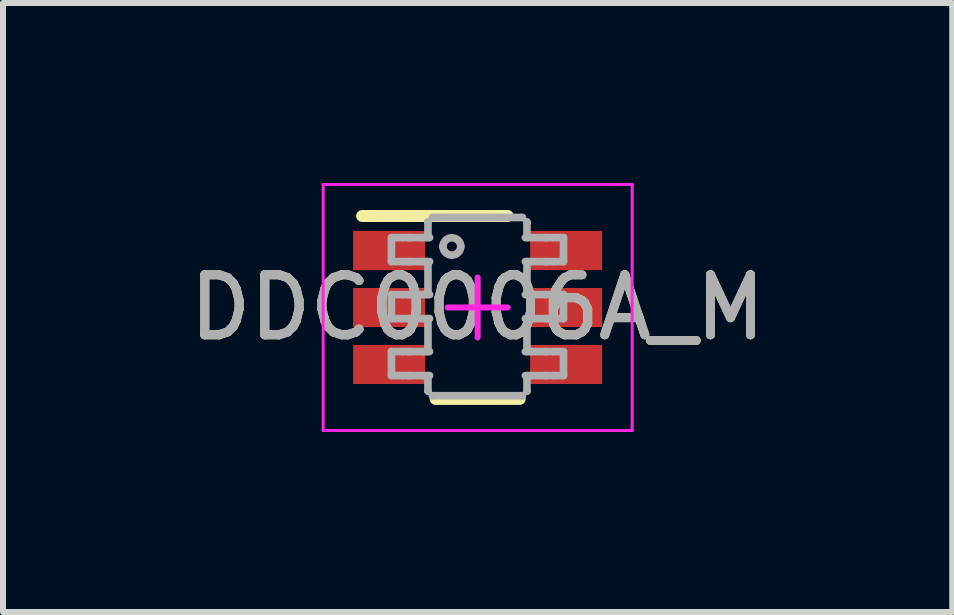
<source format=kicad_pcb>
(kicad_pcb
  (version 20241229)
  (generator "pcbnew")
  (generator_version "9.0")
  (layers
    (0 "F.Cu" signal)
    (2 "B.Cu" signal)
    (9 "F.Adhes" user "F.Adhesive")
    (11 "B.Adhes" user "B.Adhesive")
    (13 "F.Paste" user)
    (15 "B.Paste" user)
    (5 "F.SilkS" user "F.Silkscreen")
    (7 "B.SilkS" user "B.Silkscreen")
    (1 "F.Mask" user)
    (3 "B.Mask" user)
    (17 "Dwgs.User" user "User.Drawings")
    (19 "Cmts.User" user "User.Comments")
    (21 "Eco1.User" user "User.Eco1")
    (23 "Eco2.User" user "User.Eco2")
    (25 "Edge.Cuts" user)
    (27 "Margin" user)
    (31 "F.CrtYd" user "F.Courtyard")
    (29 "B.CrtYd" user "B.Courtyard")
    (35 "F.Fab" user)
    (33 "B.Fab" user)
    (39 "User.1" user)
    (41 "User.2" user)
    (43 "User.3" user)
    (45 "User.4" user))
  (footprint "DDC0006A_M"
    (layer "F.Cu")
    (at 4.911 2.075)
    (property "Reference" "DDC0006A_M" (at 0 0 0) (unlocked yes) (layer "F.SilkS") (effects (font (size 1 1) (thickness 0.15))))
    (attr smd)
    (fp_line (start -1.925 -1.525) (end 0.5 -1.525) (stroke (width 0.2) (type solid)) (layer "F.SilkS"))
    (fp_line (start -0.7 1.524) (end 0.7 1.524) (stroke (width 0.2) (type solid)) (layer "F.SilkS"))
    (fp_line (start -2.575 -2.05) (end 2.575 -2.05) (stroke (width 0.05) (type solid)) (layer "F.CrtYd"))
    (fp_line (start -2.575 2.05) (end -2.575 -2.05) (stroke (width 0.05) (type solid)) (layer "F.CrtYd"))
    (fp_line (start -2.575 2.05) (end 2.575 2.05) (stroke (width 0.05) (type solid)) (layer "F.CrtYd"))
    (fp_line (start -0.5 0) (end 0.5 0) (stroke (width 0.1) (type solid)) (layer "F.CrtYd"))
    (fp_line (start 0 0.5) (end 0 -0.5) (stroke (width 0.1) (type solid)) (layer "F.CrtYd"))
    (fp_line (start 2.575 2.05) (end 2.575 -2.05) (stroke (width 0.05) (type solid)) (layer "F.CrtYd"))
    (fp_line (start -1.437 -1.165) (end -1.251 -1.165) (stroke (width 0.127) (type solid)) (layer "F.Fab"))
    (fp_line (start -1.437 -0.765) (end -1.437 -1.165) (stroke (width 0.127) (type solid)) (layer "F.Fab"))
    (fp_line (start -1.437 -0.765) (end -1.251 -0.765) (stroke (width 0.127) (type solid)) (layer "F.Fab"))
    (fp_line (start -1.437 -0.215) (end -1.251 -0.215) (stroke (width 0.127) (type solid)) (layer "F.Fab"))
    (fp_line (start -1.437 0.185) (end -1.437 -0.215) (stroke (width 0.127) (type solid)) (layer "F.Fab"))
    (fp_line (start -1.437 0.185) (end -1.251 0.185) (stroke (width 0.127) (type solid)) (layer "F.Fab"))
    (fp_line (start -1.437 0.735) (end -1.251 0.735) (stroke (width 0.127) (type solid)) (layer "F.Fab"))
    (fp_line (start -1.437 1.135) (end -1.437 0.735) (stroke (width 0.127) (type solid)) (layer "F.Fab"))
    (fp_line (start -1.437 1.135) (end -1.251 1.135) (stroke (width 0.127) (type solid)) (layer "F.Fab"))
    (fp_line (start -1.251 -1.165) (end -1.159 -1.165) (stroke (width 0.127) (type solid)) (layer "F.Fab"))
    (fp_line (start -1.251 -0.765) (end -1.159 -0.765) (stroke (width 0.127) (type solid)) (layer "F.Fab"))
    (fp_line (start -1.251 -0.215) (end -1.159 -0.215) (stroke (width 0.127) (type solid)) (layer "F.Fab"))
    (fp_line (start -1.251 0.185) (end -1.159 0.185) (stroke (width 0.127) (type solid)) (layer "F.Fab"))
    (fp_line (start -1.251 0.735) (end -1.159 0.735) (stroke (width 0.127) (type solid)) (layer "F.Fab"))
    (fp_line (start -1.251 1.135) (end -1.159 1.135) (stroke (width 0.127) (type solid)) (layer "F.Fab"))
    (fp_line (start -1.159 -1.165) (end -1.128 -1.165) (stroke (width 0.127) (type solid)) (layer "F.Fab"))
    (fp_line (start -1.159 -0.765) (end -1.128 -0.765) (stroke (width 0.127) (type solid)) (layer "F.Fab"))
    (fp_line (start -1.159 -0.215) (end -1.128 -0.215) (stroke (width 0.127) (type solid)) (layer "F.Fab"))
    (fp_line (start -1.159 0.185) (end -1.128 0.185) (stroke (width 0.127) (type solid)) (layer "F.Fab"))
    (fp_line (start -1.159 0.735) (end -1.128 0.735) (stroke (width 0.127) (type solid)) (layer "F.Fab"))
    (fp_line (start -1.159 1.135) (end -1.128 1.135) (stroke (width 0.127) (type solid)) (layer "F.Fab"))
    (fp_line (start -1.128 -1.165) (end -0.903 -1.165) (stroke (width 0.127) (type solid)) (layer "F.Fab"))
    (fp_line (start -1.128 -0.765) (end -0.903 -0.765) (stroke (width 0.127) (type solid)) (layer "F.Fab"))
    (fp_line (start -1.128 -0.215) (end -0.903 -0.215) (stroke (width 0.127) (type solid)) (layer "F.Fab"))
    (fp_line (start -1.128 0.185) (end -0.903 0.185) (stroke (width 0.127) (type solid)) (layer "F.Fab"))
    (fp_line (start -1.128 0.735) (end -0.903 0.735) (stroke (width 0.127) (type solid)) (layer "F.Fab"))
    (fp_line (start -1.128 1.135) (end -0.903 1.135) (stroke (width 0.127) (type solid)) (layer "F.Fab"))
    (fp_line (start -0.903 -1.165) (end -0.801 -1.165) (stroke (width 0.127) (type solid)) (layer "F.Fab"))
    (fp_line (start -0.903 -0.765) (end -0.801 -0.765) (stroke (width 0.127) (type solid)) (layer "F.Fab"))
    (fp_line (start -0.903 -0.215) (end -0.801 -0.215) (stroke (width 0.127) (type solid)) (layer "F.Fab"))
    (fp_line (start -0.903 0.185) (end -0.801 0.185) (stroke (width 0.127) (type solid)) (layer "F.Fab"))
    (fp_line (start -0.903 0.735) (end -0.801 0.735) (stroke (width 0.127) (type solid)) (layer "F.Fab"))
    (fp_line (start -0.903 1.135) (end -0.801 1.135) (stroke (width 0.127) (type solid)) (layer "F.Fab"))
    (fp_line (start -0.828 -1.422) (end -0.828 -1.426) (stroke (width 0.127) (type solid)) (layer "F.Fab"))
    (fp_line (start -0.828 -1.165) (end -0.828 -1.422) (stroke (width 0.127) (type solid)) (layer "F.Fab"))
    (fp_line (start -0.828 -0.215) (end -0.828 -0.765) (stroke (width 0.127) (type solid)) (layer "F.Fab"))
    (fp_line (start -0.828 0.735) (end -0.828 0.185) (stroke (width 0.127) (type solid)) (layer "F.Fab"))
    (fp_line (start -0.828 1.392) (end -0.828 1.135) (stroke (width 0.127) (type solid)) (layer "F.Fab"))
    (fp_line (start -0.828 1.395) (end -0.828 1.392) (stroke (width 0.127) (type solid)) (layer "F.Fab"))
    (fp_line (start -0.754 -1.5) (end -0.75 -1.5) (stroke (width 0.127) (type solid)) (layer "F.Fab"))
    (fp_line (start -0.754 1.47) (end -0.75 1.47) (stroke (width 0.127) (type solid)) (layer "F.Fab"))
    (fp_line (start -0.75 -1.5) (end 0.743 -1.5) (stroke (width 0.127) (type solid)) (layer "F.Fab"))
    (fp_line (start -0.75 1.47) (end 0.743 1.47) (stroke (width 0.127) (type solid)) (layer "F.Fab"))
    (fp_line (start 0.743 -1.5) (end 0.747 -1.5) (stroke (width 0.127) (type solid)) (layer "F.Fab"))
    (fp_line (start 0.743 1.47) (end 0.747 1.47) (stroke (width 0.127) (type solid)) (layer "F.Fab"))
    (fp_line (start 0.795 -1.165) (end 0.896 -1.165) (stroke (width 0.127) (type solid)) (layer "F.Fab"))
    (fp_line (start 0.795 -0.765) (end 0.896 -0.765) (stroke (width 0.127) (type solid)) (layer "F.Fab"))
    (fp_line (start 0.795 -0.215) (end 0.896 -0.215) (stroke (width 0.127) (type solid)) (layer "F.Fab"))
    (fp_line (start 0.795 0.185) (end 0.896 0.185) (stroke (width 0.127) (type solid)) (layer "F.Fab"))
    (fp_line (start 0.795 0.735) (end 0.896 0.735) (stroke (width 0.127) (type solid)) (layer "F.Fab"))
    (fp_line (start 0.795 1.135) (end 0.896 1.135) (stroke (width 0.127) (type solid)) (layer "F.Fab"))
    (fp_line (start 0.822 -1.422) (end 0.822 -1.426) (stroke (width 0.127) (type solid)) (layer "F.Fab"))
    (fp_line (start 0.822 -1.165) (end 0.822 -1.422) (stroke (width 0.127) (type solid)) (layer "F.Fab"))
    (fp_line (start 0.822 -0.215) (end 0.822 -0.765) (stroke (width 0.127) (type solid)) (layer "F.Fab"))
    (fp_line (start 0.822 0.735) (end 0.822 0.185) (stroke (width 0.127) (type solid)) (layer "F.Fab"))
    (fp_line (start 0.822 1.392) (end 0.822 1.135) (stroke (width 0.127) (type solid)) (layer "F.Fab"))
    (fp_line (start 0.822 1.395) (end 0.822 1.392) (stroke (width 0.127) (type solid)) (layer "F.Fab"))
    (fp_line (start 0.896 -1.165) (end 1.122 -1.165) (stroke (width 0.127) (type solid)) (layer "F.Fab"))
    (fp_line (start 0.896 -0.765) (end 1.122 -0.765) (stroke (width 0.127) (type solid)) (layer "F.Fab"))
    (fp_line (start 0.896 -0.215) (end 1.122 -0.215) (stroke (width 0.127) (type solid)) (layer "F.Fab"))
    (fp_line (start 0.896 0.185) (end 1.122 0.185) (stroke (width 0.127) (type solid)) (layer "F.Fab"))
    (fp_line (start 0.896 0.735) (end 1.122 0.735) (stroke (width 0.127) (type solid)) (layer "F.Fab"))
    (fp_line (start 0.896 1.135) (end 1.122 1.135) (stroke (width 0.127) (type solid)) (layer "F.Fab"))
    (fp_line (start 1.122 -1.165) (end 1.152 -1.165) (stroke (width 0.127) (type solid)) (layer "F.Fab"))
    (fp_line (start 1.122 -0.765) (end 1.152 -0.765) (stroke (width 0.127) (type solid)) (layer "F.Fab"))
    (fp_line (start 1.122 -0.215) (end 1.152 -0.215) (stroke (width 0.127) (type solid)) (layer "F.Fab"))
    (fp_line (start 1.122 0.185) (end 1.152 0.185) (stroke (width 0.127) (type solid)) (layer "F.Fab"))
    (fp_line (start 1.122 0.735) (end 1.152 0.735) (stroke (width 0.127) (type solid)) (layer "F.Fab"))
    (fp_line (start 1.122 1.135) (end 1.152 1.135) (stroke (width 0.127) (type solid)) (layer "F.Fab"))
    (fp_line (start 1.152 -1.165) (end 1.245 -1.165) (stroke (width 0.127) (type solid)) (layer "F.Fab"))
    (fp_line (start 1.152 -0.765) (end 1.245 -0.765) (stroke (width 0.127) (type solid)) (layer "F.Fab"))
    (fp_line (start 1.152 -0.215) (end 1.245 -0.215) (stroke (width 0.127) (type solid)) (layer "F.Fab"))
    (fp_line (start 1.152 0.185) (end 1.245 0.185) (stroke (width 0.127) (type solid)) (layer "F.Fab"))
    (fp_line (start 1.152 0.735) (end 1.245 0.735) (stroke (width 0.127) (type solid)) (layer "F.Fab"))
    (fp_line (start 1.152 1.135) (end 1.245 1.135) (stroke (width 0.127) (type solid)) (layer "F.Fab"))
    (fp_line (start 1.245 -1.165) (end 1.431 -1.165) (stroke (width 0.127) (type solid)) (layer "F.Fab"))
    (fp_line (start 1.245 -0.765) (end 1.431 -0.765) (stroke (width 0.127) (type solid)) (layer "F.Fab"))
    (fp_line (start 1.245 -0.215) (end 1.431 -0.215) (stroke (width 0.127) (type solid)) (layer "F.Fab"))
    (fp_line (start 1.245 0.185) (end 1.431 0.185) (stroke (width 0.127) (type solid)) (layer "F.Fab"))
    (fp_line (start 1.245 0.735) (end 1.431 0.735) (stroke (width 0.127) (type solid)) (layer "F.Fab"))
    (fp_line (start 1.245 1.135) (end 1.431 1.135) (stroke (width 0.127) (type solid)) (layer "F.Fab"))
    (fp_line (start 1.431 -0.765) (end 1.431 -1.165) (stroke (width 0.127) (type solid)) (layer "F.Fab"))
    (fp_line (start 1.431 0.185) (end 1.431 -0.215) (stroke (width 0.127) (type solid)) (layer "F.Fab"))
    (fp_line (start 1.431 1.135) (end 1.431 0.735) (stroke (width 0.127) (type solid)) (layer "F.Fab"))
    (fp_arc (start -0.578322 -1.017679) (mid -0.429542 -1.166459) (end -0.280761 -1.017679) (stroke (width 0.127) (type solid)) (layer "F.Fab"))
    (fp_arc (start -0.280761 -1.017679) (mid -0.429542 -0.868898) (end -0.578322 -1.017679) (stroke (width 0.127) (type solid)) (layer "F.Fab"))
    (fp_text user "${REFERENCE}" (at 0 0 0) (unlocked yes) (layer "F.Fab") (effects (font (size 1 1) (thickness 0.15))))
    (pad "1" smd rect (at -1.475 -0.95 90) (size 0.65 1.2) (layers "F.Cu" "F.Mask" "F.Paste"))
    (pad "2" smd rect (at -1.475 0 90) (size 0.65 1.2) (layers "F.Cu" "F.Mask" "F.Paste"))
    (pad "3" smd rect (at -1.475 0.95 90) (size 0.65 1.2) (layers "F.Cu" "F.Mask" "F.Paste"))
    (pad "4" smd rect (at 1.475 0.95 90) (size 0.65 1.2) (layers "F.Cu" "F.Mask" "F.Paste"))
    (pad "5" smd rect (at 1.475 0 90) (size 0.65 1.2) (layers "F.Cu" "F.Mask" "F.Paste"))
    (pad "6" smd rect (at 1.475 -0.95 90) (size 0.65 1.2) (layers "F.Cu" "F.Mask" "F.Paste")))
  (gr_rect
    (start -3 -3)
    (end 12.821 7.15)
    (stroke (width 0.1) (type default))
    (fill no)
    (layer "Edge.Cuts")))
</source>
